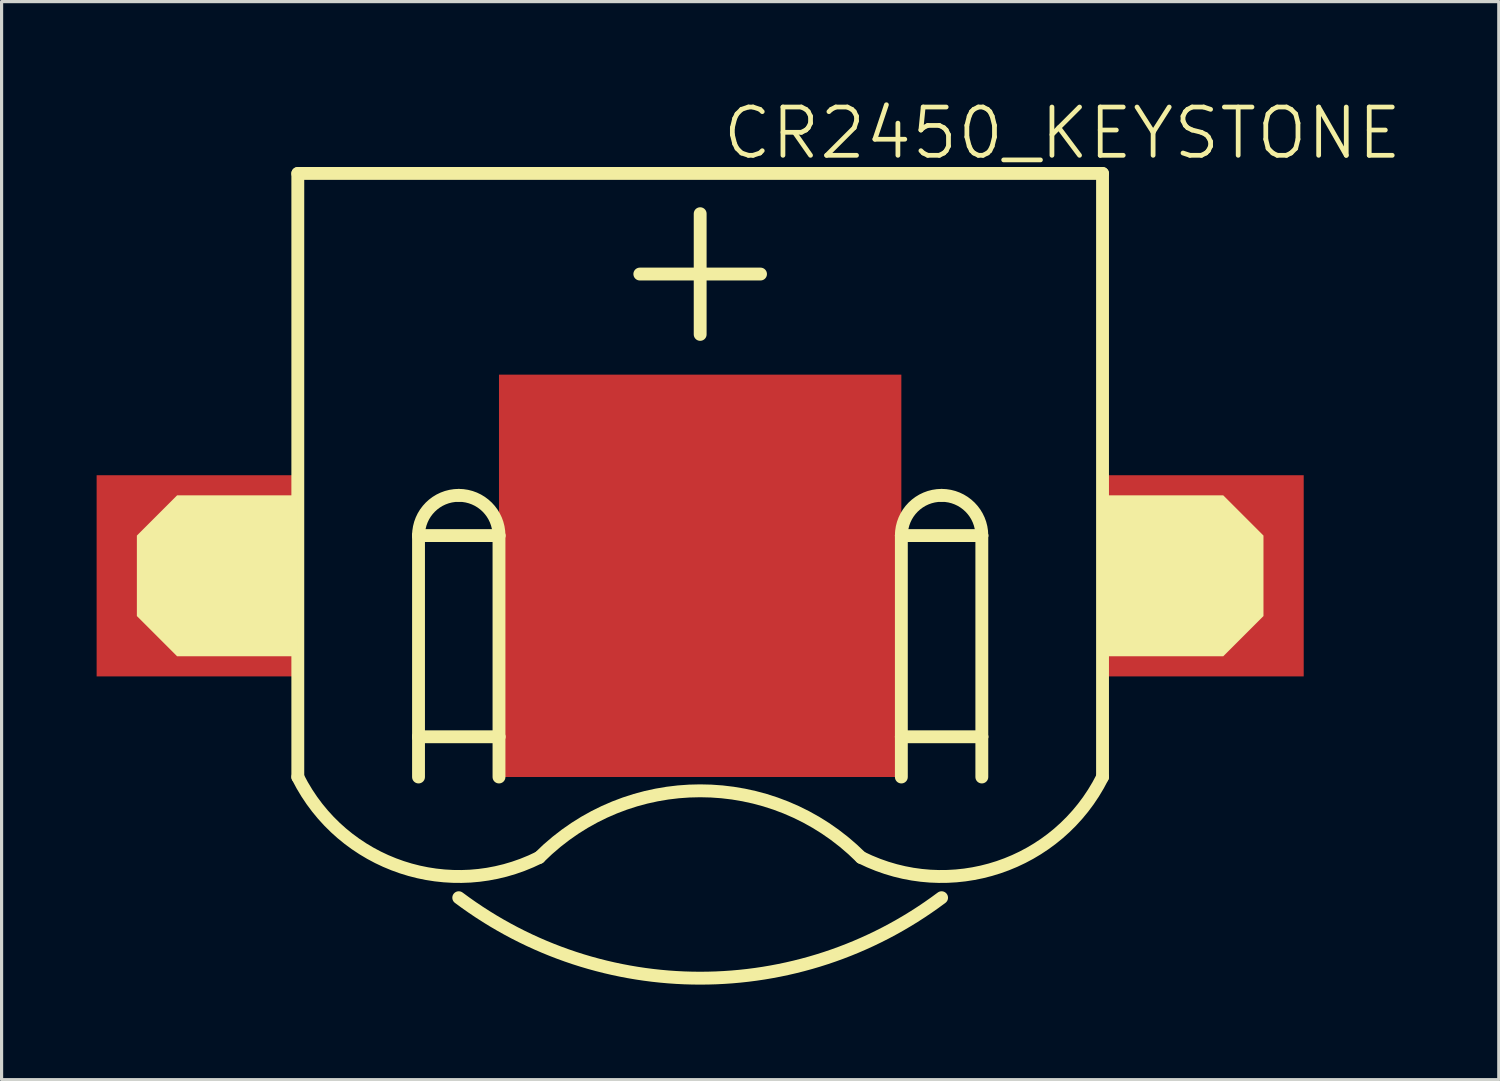
<source format=kicad_pcb>
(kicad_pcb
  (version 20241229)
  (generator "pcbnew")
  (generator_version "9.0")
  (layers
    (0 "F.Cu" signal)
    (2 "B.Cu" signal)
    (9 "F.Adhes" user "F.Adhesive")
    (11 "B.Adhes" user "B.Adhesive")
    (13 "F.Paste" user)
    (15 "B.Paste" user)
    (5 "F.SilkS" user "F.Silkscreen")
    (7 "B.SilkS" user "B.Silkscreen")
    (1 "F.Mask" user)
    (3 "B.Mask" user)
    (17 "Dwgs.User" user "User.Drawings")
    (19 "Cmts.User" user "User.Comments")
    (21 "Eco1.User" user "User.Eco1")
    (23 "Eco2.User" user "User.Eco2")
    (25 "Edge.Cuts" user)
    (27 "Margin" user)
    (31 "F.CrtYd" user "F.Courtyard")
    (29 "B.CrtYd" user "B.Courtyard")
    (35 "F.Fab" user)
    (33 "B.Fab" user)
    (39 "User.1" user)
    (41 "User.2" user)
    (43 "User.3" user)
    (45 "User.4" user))
  (footprint "CR2450_KEYSTONE"
    (layer "F.Cu")
    (at 19.05 15.125)
    (property "Reference" "CR2450_KEYSTONE" (at 11.43 -13.97 0) (layer "F.SilkS") (effects (font (size 1.524 1.524) (thickness 0.15))))
    (attr through_hole)
    (fp_line (start -12.7 -12.7) (end 12.7 -12.7) (stroke (width 0.406) (type solid)) (layer "F.SilkS"))
    (fp_line (start -12.7 6.35) (end -12.7 -12.7) (stroke (width 0.406) (type solid)) (layer "F.SilkS"))
    (fp_line (start -8.89 -1.27) (end -8.89 5.08) (stroke (width 0.406) (type solid)) (layer "F.SilkS"))
    (fp_line (start -8.89 -1.27) (end -6.35 -1.27) (stroke (width 0.406) (type solid)) (layer "F.SilkS"))
    (fp_line (start -8.89 5.08) (end -8.89 6.35) (stroke (width 0.406) (type solid)) (layer "F.SilkS"))
    (fp_line (start -8.89 5.08) (end -6.35 5.08) (stroke (width 0.406) (type solid)) (layer "F.SilkS"))
    (fp_line (start -6.35 5.08) (end -6.35 -1.27) (stroke (width 0.406) (type solid)) (layer "F.SilkS"))
    (fp_line (start -6.35 6.35) (end -6.35 5.08) (stroke (width 0.406) (type solid)) (layer "F.SilkS"))
    (fp_line (start -1.905 -9.525) (end 1.905 -9.525) (stroke (width 0.406) (type solid)) (layer "F.SilkS"))
    (fp_line (start 0 -11.43) (end 0 -7.62) (stroke (width 0.406) (type solid)) (layer "F.SilkS"))
    (fp_line (start 6.35 -1.27) (end 6.35 5.08) (stroke (width 0.406) (type solid)) (layer "F.SilkS"))
    (fp_line (start 6.35 -1.27) (end 8.89 -1.27) (stroke (width 0.406) (type solid)) (layer "F.SilkS"))
    (fp_line (start 6.35 5.08) (end 6.35 6.35) (stroke (width 0.406) (type solid)) (layer "F.SilkS"))
    (fp_line (start 6.35 5.08) (end 8.89 5.08) (stroke (width 0.406) (type solid)) (layer "F.SilkS"))
    (fp_line (start 8.89 5.08) (end 8.89 -1.27) (stroke (width 0.406) (type solid)) (layer "F.SilkS"))
    (fp_line (start 8.89 6.35) (end 8.89 5.08) (stroke (width 0.406) (type solid)) (layer "F.SilkS"))
    (fp_line (start 12.7 -12.7) (end 12.7 6.35) (stroke (width 0.406) (type solid)) (layer "F.SilkS"))
    (fp_arc (start -8.89 -1.27) (mid -8.518026 -2.168026) (end -7.62 -2.54) (stroke (width 0.4064) (type solid)) (layer "F.SilkS"))
    (fp_arc (start -7.62 -2.54) (mid -6.721974 -2.168026) (end -6.35 -1.27) (stroke (width 0.4064) (type solid)) (layer "F.SilkS"))
    (fp_arc (start -5.08 8.89) (mid 0 6.785795) (end 5.08 8.89) (stroke (width 0.4064) (type solid)) (layer "F.SilkS"))
    (fp_arc (start -5.079999 8.889999) (mid -9.416051 9.198153) (end -12.7 6.35) (stroke (width 0.4064) (type solid)) (layer "F.SilkS"))
    (fp_arc (start 6.35 -1.27) (mid 6.721974 -2.168026) (end 7.62 -2.54) (stroke (width 0.4064) (type solid)) (layer "F.SilkS"))
    (fp_arc (start 7.62 -2.54) (mid 8.518026 -2.168026) (end 8.89 -1.27) (stroke (width 0.4064) (type solid)) (layer "F.SilkS"))
    (fp_arc (start 7.62 10.16) (mid 0 12.7) (end -7.62 10.16) (stroke (width 0.4064) (type solid)) (layer "F.SilkS"))
    (fp_arc (start 12.700001 6.349999) (mid 9.416052 9.198153) (end 5.08 8.89) (stroke (width 0.4064) (type solid)) (layer "F.SilkS"))
    (fp_poly (pts (xy -12.7 -2.54) (xy -16.51 -2.54) (xy -17.78 -1.27) (xy -17.78 1.27) (xy -16.51 2.54) (xy -12.7 2.54)) (stroke (width 0) (type solid)) (fill yes) (layer "F.SilkS"))
    (fp_poly (pts (xy 12.7 -2.54) (xy 16.51 -2.54) (xy 17.78 -1.27) (xy 17.78 1.27) (xy 16.51 2.54) (xy 12.7 2.54)) (stroke (width 0) (type solid)) (fill yes) (layer "F.SilkS"))
    (pad "1" smd rect (at -0.000063 0.000063) (size 12.7 12.7) (layers "F.Cu" "F.Mask" "F.Paste"))
    (pad "2" smd rect (at -15.875 0.000063) (size 6.35 6.35) (layers "F.Cu" "F.Mask" "F.Paste"))
    (pad "2" smd rect (at 15.875 0.000063) (size 6.35 6.35) (layers "F.Cu" "F.Mask" "F.Paste")))
  (gr_rect
    (start -3 -3)
    (end 44.257 31.028)
    (stroke (width 0.1) (type default))
    (fill no)
    (layer "Edge.Cuts")))
</source>
